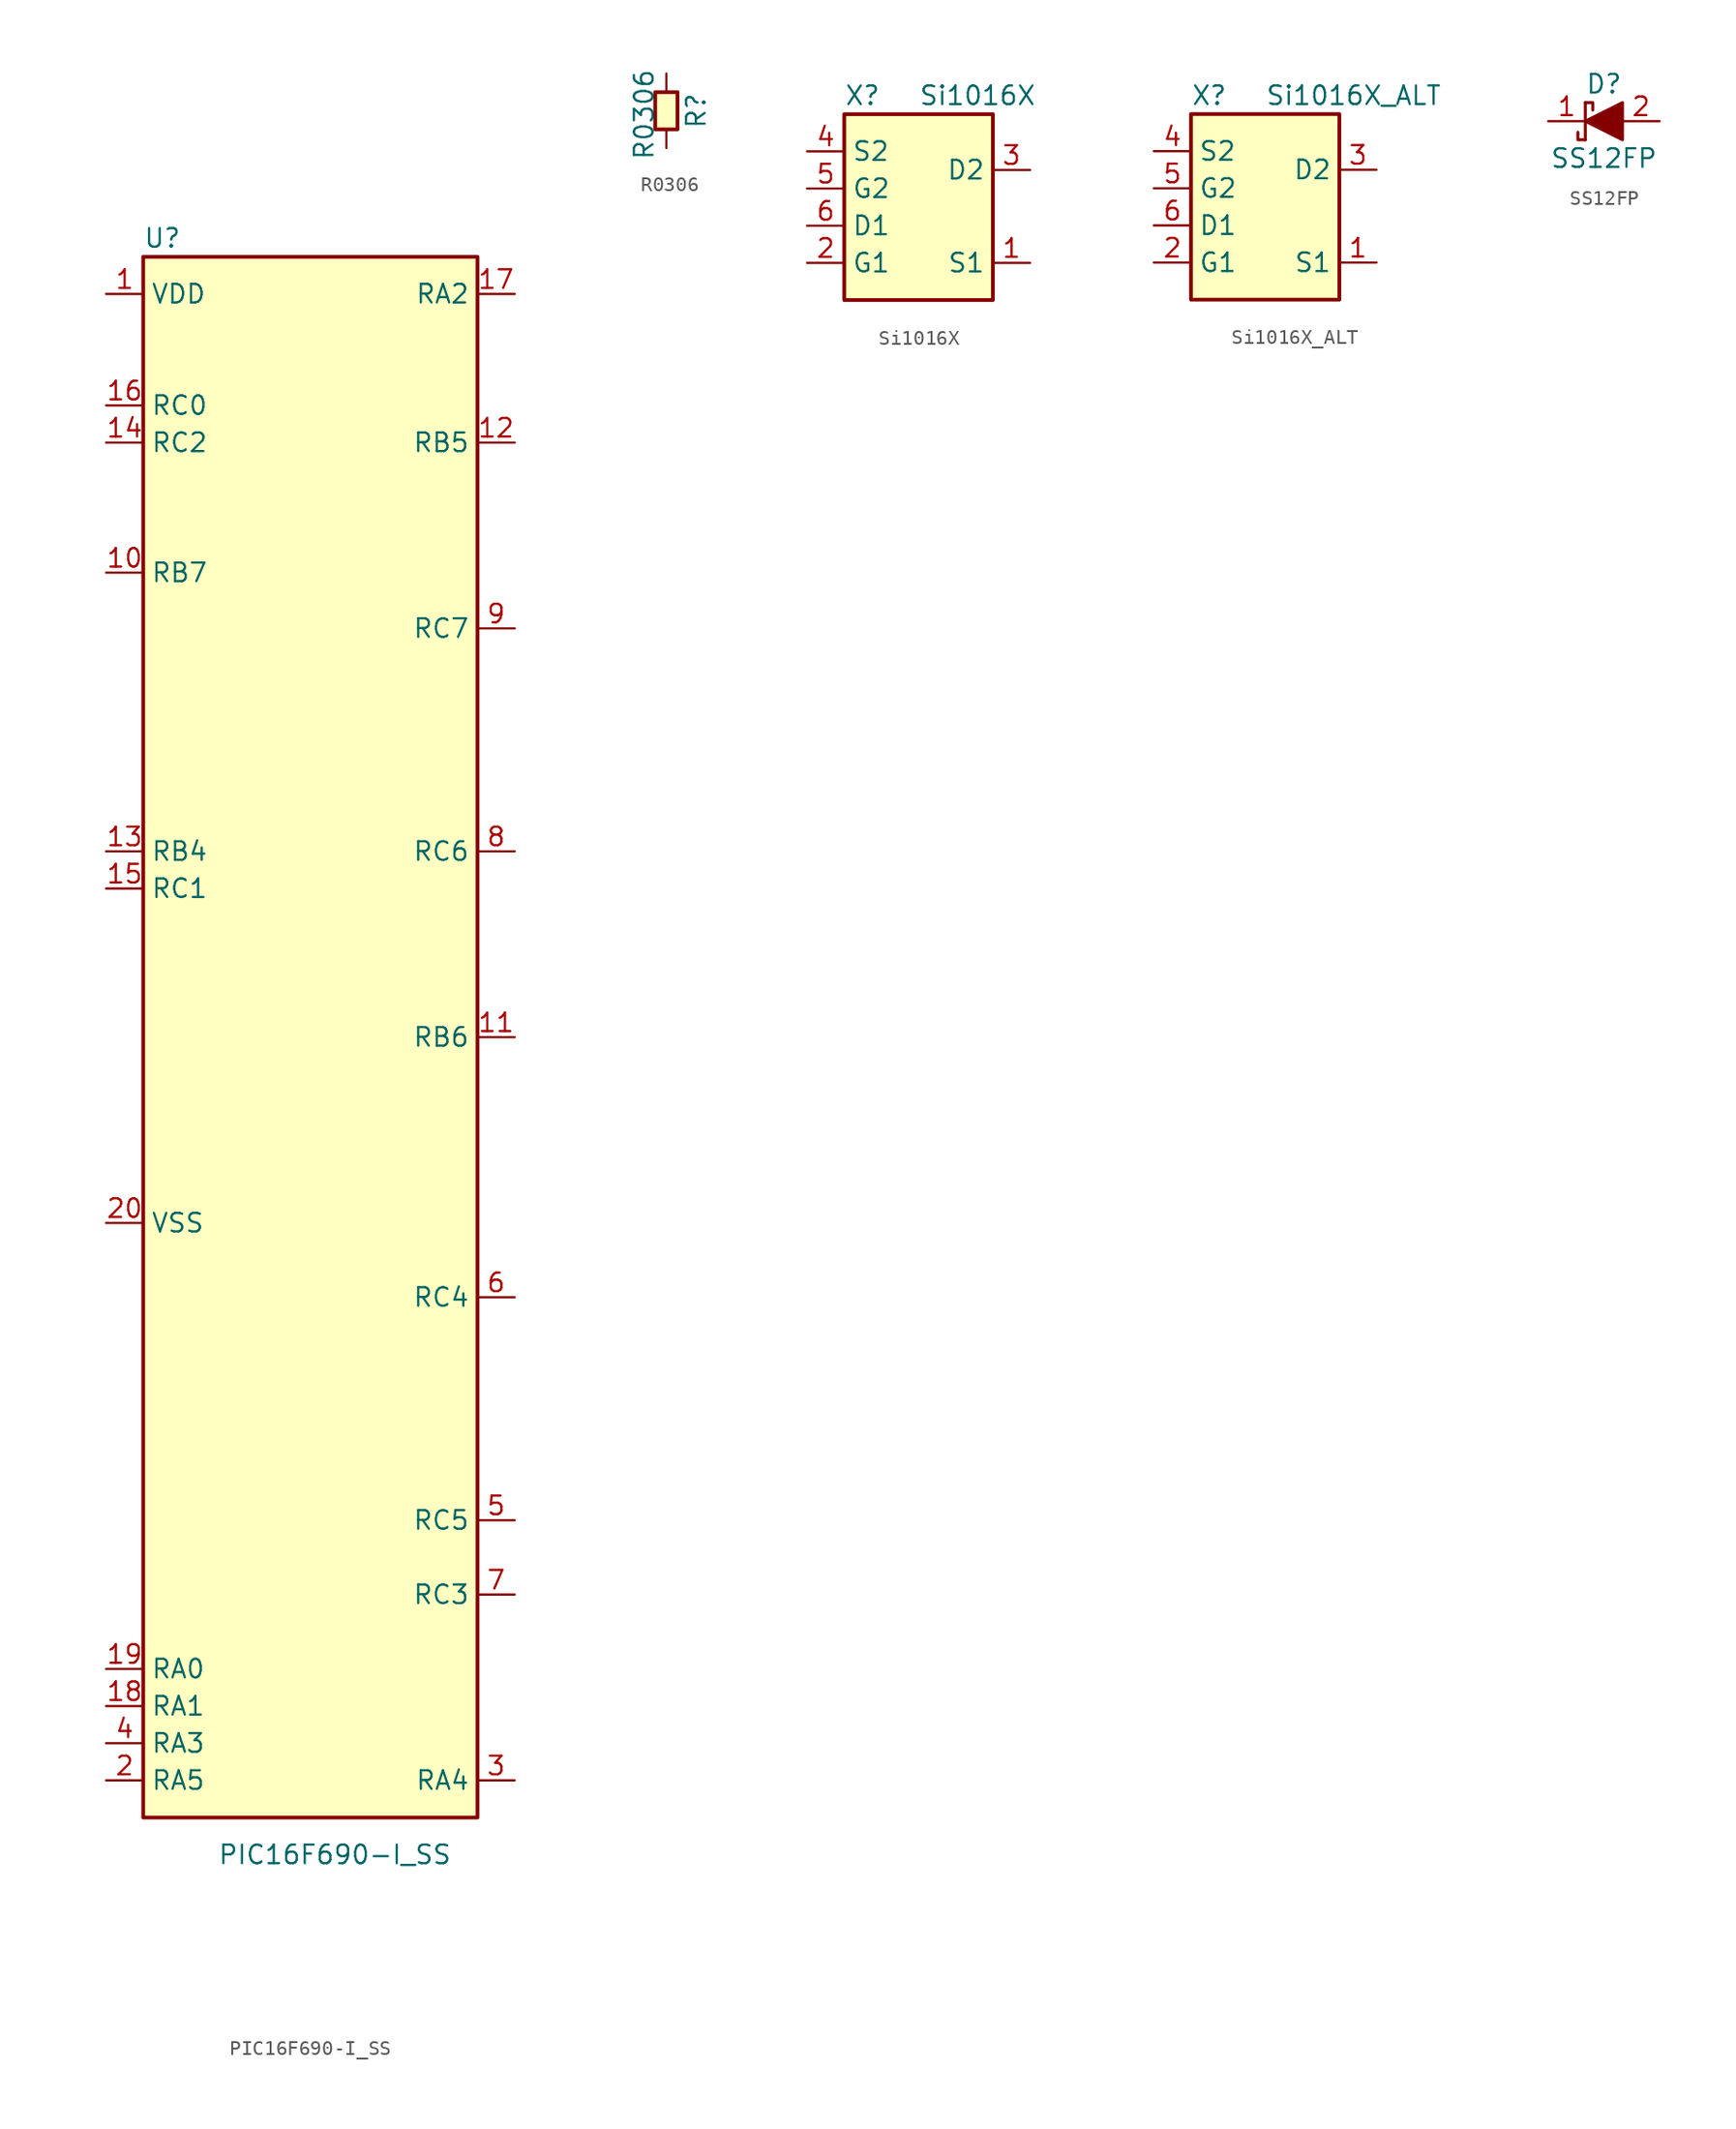
<source format=kicad_sym>
(kicad_symbol_lib
  (version 20211014)
  (generator kicad_symbol_editor)
  (symbol "PIC16F690-I_SS"
    (property "Reference" "U"
      (at -12.7 31.75 0)
      (effects (font (size 1.27 1.27)) (justify left)))
    (property "Value" "PIC16F690-I_SS"
      (at -7.62 -78.74 0)
      (effects (font (size 1.27 1.27)) (justify left)))
    (symbol "PIC16F690-I_SS_0_1"
      (rectangle (start -12.7 -76.2) (end 10.16 30.48) (stroke (width 0.254) (type default) (color 0 0 0 0)) (fill (type background))))
    (symbol "PIC16F690-I_SS_1_1"
      (pin power_in line (at -15.24 27.94 0) (length 2.54) (name "VDD" (effects (font (size 1.27 1.27)))) (number "1" (effects (font (size 1.27 1.27)))))
      (pin bidirectional line (at -15.24 8.89 0) (length 2.54) (name "RB7" (effects (font (size 1.27 1.27)))) (number "10" (effects (font (size 1.27 1.27)))))
      (pin bidirectional line (at 12.7 -22.86 180) (length 2.54) (name "RB6" (effects (font (size 1.27 1.27)))) (number "11" (effects (font (size 1.27 1.27)))))
      (pin bidirectional line (at 12.7 17.78 180) (length 2.54) (name "RB5" (effects (font (size 1.27 1.27)))) (number "12" (effects (font (size 1.27 1.27)))))
      (pin bidirectional line (at -15.24 -10.16 0) (length 2.54) (name "RB4" (effects (font (size 1.27 1.27)))) (number "13" (effects (font (size 1.27 1.27)))))
      (pin bidirectional line (at -15.24 17.78 0) (length 2.54) (name "RC2" (effects (font (size 1.27 1.27)))) (number "14" (effects (font (size 1.27 1.27)))))
      (pin bidirectional line (at -15.24 -12.7 0) (length 2.54) (name "RC1" (effects (font (size 1.27 1.27)))) (number "15" (effects (font (size 1.27 1.27)))))
      (pin bidirectional line (at -15.24 20.32 0) (length 2.54) (name "RC0" (effects (font (size 1.27 1.27)))) (number "16" (effects (font (size 1.27 1.27)))))
      (pin bidirectional line (at 12.7 27.94 180) (length 2.54) (name "RA2" (effects (font (size 1.27 1.27)))) (number "17" (effects (font (size 1.27 1.27)))))
      (pin bidirectional line (at -15.24 -68.58 0) (length 2.54) (name "RA1" (effects (font (size 1.27 1.27)))) (number "18" (effects (font (size 1.27 1.27)))))
      (pin bidirectional line (at -15.24 -66.04 0) (length 2.54) (name "RA0" (effects (font (size 1.27 1.27)))) (number "19" (effects (font (size 1.27 1.27)))))
      (pin bidirectional line (at -15.24 -73.66 0) (length 2.54) (name "RA5" (effects (font (size 1.27 1.27)))) (number "2" (effects (font (size 1.27 1.27)))))
      (pin power_in line (at -15.24 -35.56 0) (length 2.54) (name "VSS" (effects (font (size 1.27 1.27)))) (number "20" (effects (font (size 1.27 1.27)))))
      (pin bidirectional line (at 12.7 -73.66 180) (length 2.54) (name "RA4" (effects (font (size 1.27 1.27)))) (number "3" (effects (font (size 1.27 1.27)))))
      (pin bidirectional line (at -15.24 -71.12 0) (length 2.54) (name "RA3" (effects (font (size 1.27 1.27)))) (number "4" (effects (font (size 1.27 1.27)))))
      (pin bidirectional line (at 12.7 -55.88 180) (length 2.54) (name "RC5" (effects (font (size 1.27 1.27)))) (number "5" (effects (font (size 1.27 1.27)))))
      (pin bidirectional line (at 12.7 -40.64 180) (length 2.54) (name "RC4" (effects (font (size 1.27 1.27)))) (number "6" (effects (font (size 1.27 1.27)))))
      (pin bidirectional line (at 12.7 -60.96 180) (length 2.54) (name "RC3" (effects (font (size 1.27 1.27)))) (number "7" (effects (font (size 1.27 1.27)))))
      (pin bidirectional line (at 12.7 -10.16 180) (length 2.54) (name "RC6" (effects (font (size 1.27 1.27)))) (number "8" (effects (font (size 1.27 1.27)))))
      (pin bidirectional line (at 12.7 5.08 180) (length 2.54) (name "RC7" (effects (font (size 1.27 1.27)))) (number "9" (effects (font (size 1.27 1.27)))))))
  (symbol "R0306"
    (pin_numbers hide)
    (pin_names
      (offset 0))
    (property "Reference" "R"
      (at 2.032 0 90)
      (effects (font (size 1.27 1.27))))
    (property "Value" "R0306"
      (at -1.524 -0.254 90)
      (effects (font (size 1.27 1.27))))
    (symbol "R0306_0_1"
      (rectangle (start -0.762 -1.27) (end 0.762 1.27) (stroke (width 0.254) (type default) (color 0 0 0 0)) (fill (type background))))
    (symbol "R0306_1_1"
      (pin passive line (at 0 2.54 270) (length 1.27) (name "~" (effects (font (size 1.27 1.27)))) (number "1" (effects (font (size 1.27 1.27)))))
      (pin passive line (at 0 -2.54 90) (length 1.27) (name "~" (effects (font (size 1.27 1.27)))) (number "2" (effects (font (size 1.27 1.27)))))))
  (symbol "Si1016X"
    (property "Reference" "X"
      (at -7.62 6.35 0)
      (effects (font (size 1.27 1.27)) (justify left)))
    (property "Value" "Si1016X"
      (at -2.54 6.35 0)
      (effects (font (size 1.27 1.27)) (justify left)))
    (symbol "Si1016X_0_1"
      (rectangle (start -7.62 5.08) (end 2.54 -7.62) (stroke (width 0.254) (type default) (color 0 0 0 0)) (fill (type background))))
    (symbol "Si1016X_1_1"
      (pin passive line (at 5.08 -5.08 180) (length 2.54) (name "S1" (effects (font (size 1.27 1.27)))) (number "1" (effects (font (size 1.27 1.27)))))
      (pin passive line (at -10.16 -5.08 0) (length 2.54) (name "G1" (effects (font (size 1.27 1.27)))) (number "2" (effects (font (size 1.27 1.27)))))
      (pin passive line (at 5.08 1.27 180) (length 2.54) (name "D2" (effects (font (size 1.27 1.27)))) (number "3" (effects (font (size 1.27 1.27)))))
      (pin passive line (at -10.16 2.54 0) (length 2.54) (name "S2" (effects (font (size 1.27 1.27)))) (number "4" (effects (font (size 1.27 1.27)))))
      (pin passive line (at -10.16 0 0) (length 2.54) (name "G2" (effects (font (size 1.27 1.27)))) (number "5" (effects (font (size 1.27 1.27)))))
      (pin passive line (at -10.16 -2.54 0) (length 2.54) (name "D1" (effects (font (size 1.27 1.27)))) (number "6" (effects (font (size 1.27 1.27)))))))
  (symbol "Si1016X_ALT"
    (property "Reference" "X"
      (at -7.62 6.35 0)
      (effects (font (size 1.27 1.27)) (justify left)))
    (property "Value" "Si1016X_ALT"
      (at -2.54 6.35 0)
      (effects (font (size 1.27 1.27)) (justify left)))
    (symbol "Si1016X_ALT_0_1"
      (rectangle (start -7.62 5.08) (end 2.54 -7.62) (stroke (width 0.254) (type default) (color 0 0 0 0)) (fill (type background))))
    (symbol "Si1016X_ALT_1_1"
      (pin passive line (at 5.08 -5.08 180) (length 2.54) (name "S1" (effects (font (size 1.27 1.27)))) (number "1" (effects (font (size 1.27 1.27)))))
      (pin passive line (at -10.16 -5.08 0) (length 2.54) (name "G1" (effects (font (size 1.27 1.27)))) (number "2" (effects (font (size 1.27 1.27)))))
      (pin passive line (at 5.08 1.27 180) (length 2.54) (name "D2" (effects (font (size 1.27 1.27)))) (number "3" (effects (font (size 1.27 1.27)))))
      (pin passive line (at -10.16 2.54 0) (length 2.54) (name "S2" (effects (font (size 1.27 1.27)))) (number "4" (effects (font (size 1.27 1.27)))))
      (pin passive line (at -10.16 0 0) (length 2.54) (name "G2" (effects (font (size 1.27 1.27)))) (number "5" (effects (font (size 1.27 1.27)))))
      (pin passive line (at -10.16 -2.54 0) (length 2.54) (name "D1" (effects (font (size 1.27 1.27)))) (number "6" (effects (font (size 1.27 1.27)))))))
  (symbol "SS12FP"
    (pin_names
      (offset 1.016) hide)
    (property "Reference" "D"
      (at 0 2.54 0)
      (effects (font (size 1.27 1.27))))
    (property "Value" "SS12FP"
      (at 0 -2.54 0)
      (effects (font (size 1.27 1.27))))
    (symbol "SS12FP_0_1"
      (polyline (pts (xy -1.27 1.27) (xy -1.27 -1.27)) (stroke (width 0.203) (type default) (color 0 0 0 0)) (fill (type none)))
      (polyline (pts (xy 1.27 0) (xy -1.27 0)) (stroke (width 0) (type default) (color 0 0 0 0)) (fill (type none)))
      (polyline (pts (xy -1.27 -1.27) (xy -1.778 -1.27) (xy -1.778 -0.762)) (stroke (width 0.203) (type default) (color 0 0 0 0)) (fill (type none)))
      (polyline (pts (xy -1.27 1.27) (xy -0.762 1.27) (xy -0.762 0.762)) (stroke (width 0.203) (type default) (color 0 0 0 0)) (fill (type none)))
      (polyline (pts (xy 1.27 1.27) (xy 1.27 -1.27) (xy -1.27 0) (xy 1.27 1.27)) (stroke (width 0.203) (type default) (color 0 0 0 0)) (fill (type outline))))
    (symbol "SS12FP_1_1"
      (pin passive line (at -3.81 0 0) (length 2.54) (name "K" (effects (font (size 1.27 1.27)))) (number "1" (effects (font (size 1.27 1.27)))))
      (pin passive line (at 3.81 0 180) (length 2.54) (name "A" (effects (font (size 1.27 1.27)))) (number "2" (effects (font (size 1.27 1.27))))))))
</source>
